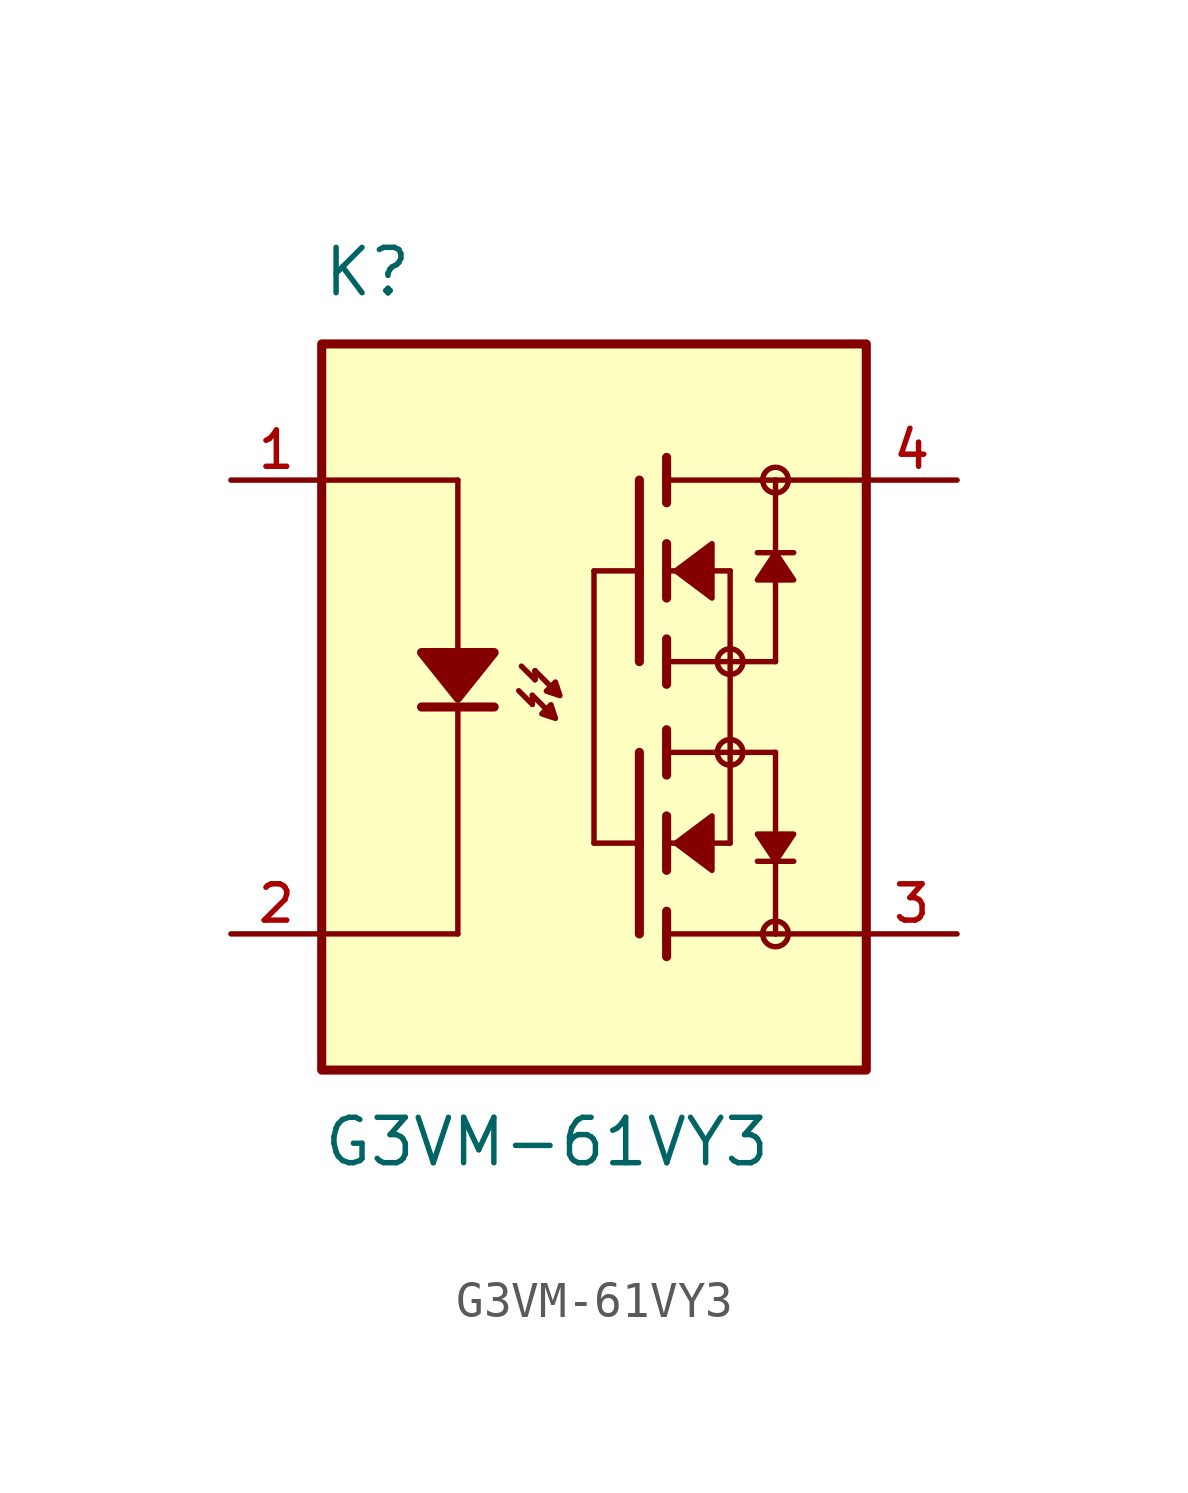
<source format=kicad_sym>
(kicad_symbol_lib
  (version 20231120)
  (generator "kicad_symbol_editor")
  (generator_version "8.0")
  (symbol "G3VM-61VY3"
    (pin_names
      (offset 1.016))
    (property "Reference" "K"
      (at -7.62 11.43 0)
      (effects (font (size 1.27 1.27)) (justify left bottom)))
    (property "Value" "G3VM-61VY3"
      (at -7.62 -11.43 0)
      (effects (font (size 1.27 1.27)) (justify left top)))
    (symbol "G3VM-61VY3_0_0"
      (rectangle (start -7.62 10.16) (end 7.62 -10.16) (stroke (width 0.254) (type default)) (fill (type background)))
      (polyline (pts (xy -7.62 6.35) (xy -3.81 6.35)) (stroke (width 0.152) (type default)) (fill (type none)))
      (polyline (pts (xy -4.826 0) (xy -3.81 0)) (stroke (width 0.254) (type default)) (fill (type none)))
      (polyline (pts (xy -3.81 -6.35) (xy -7.62 -6.35)) (stroke (width 0.152) (type default)) (fill (type none)))
      (polyline (pts (xy -3.81 0) (xy -3.81 -6.35)) (stroke (width 0.152) (type default)) (fill (type none)))
      (polyline (pts (xy -3.81 0) (xy -2.794 0)) (stroke (width 0.254) (type default)) (fill (type none)))
      (polyline (pts (xy -3.81 6.35) (xy -3.81 1.27)) (stroke (width 0.152) (type default)) (fill (type none)))
      (polyline (pts (xy -2.106 0.455) (xy -1.725 0.074)) (stroke (width 0.152) (type default)) (fill (type none)))
      (polyline (pts (xy -2.032 1.143) (xy -1.651 0.762)) (stroke (width 0.152) (type default)) (fill (type none)))
      (polyline (pts (xy -1.725 0.074) (xy -1.725 0.328)) (stroke (width 0.152) (type default)) (fill (type none)))
      (polyline (pts (xy -1.725 0.328) (xy -1.344 -0.053)) (stroke (width 0.152) (type default)) (fill (type none)))
      (polyline (pts (xy -1.651 0.762) (xy -1.651 1.016)) (stroke (width 0.152) (type default)) (fill (type none)))
      (polyline (pts (xy -1.651 1.016) (xy -1.27 0.635)) (stroke (width 0.152) (type default)) (fill (type none)))
      (polyline (pts (xy 0 -3.81) (xy 1.27 -3.81)) (stroke (width 0.152) (type default)) (fill (type none)))
      (polyline (pts (xy 0 3.81) (xy 0 -3.81)) (stroke (width 0.152) (type default)) (fill (type none)))
      (polyline (pts (xy 0 3.81) (xy 1.27 3.81)) (stroke (width 0.152) (type default)) (fill (type none)))
      (polyline (pts (xy 1.27 -6.35) (xy 1.27 -3.81)) (stroke (width 0.254) (type default)) (fill (type none)))
      (polyline (pts (xy 1.27 -3.81) (xy 1.27 -1.27)) (stroke (width 0.254) (type default)) (fill (type none)))
      (polyline (pts (xy 1.27 3.81) (xy 1.27 1.27)) (stroke (width 0.254) (type default)) (fill (type none)))
      (polyline (pts (xy 1.27 6.35) (xy 1.27 3.81)) (stroke (width 0.254) (type default)) (fill (type none)))
      (polyline (pts (xy 2.032 -6.985) (xy 2.032 -6.35)) (stroke (width 0.254) (type default)) (fill (type none)))
      (polyline (pts (xy 2.032 -6.35) (xy 2.032 -5.715)) (stroke (width 0.254) (type default)) (fill (type none)))
      (polyline (pts (xy 2.032 -6.35) (xy 5.08 -6.35)) (stroke (width 0.152) (type default)) (fill (type none)))
      (polyline (pts (xy 2.032 -4.572) (xy 2.032 -3.81)) (stroke (width 0.254) (type default)) (fill (type none)))
      (polyline (pts (xy 2.032 -3.81) (xy 2.032 -3.048)) (stroke (width 0.254) (type default)) (fill (type none)))
      (polyline (pts (xy 2.032 -3.81) (xy 3.81 -3.81)) (stroke (width 0.152) (type default)) (fill (type none)))
      (polyline (pts (xy 2.032 -1.905) (xy 2.032 -1.27)) (stroke (width 0.254) (type default)) (fill (type none)))
      (polyline (pts (xy 2.032 -1.27) (xy 2.032 -0.635)) (stroke (width 0.254) (type default)) (fill (type none)))
      (polyline (pts (xy 2.032 1.27) (xy 2.032 0.635)) (stroke (width 0.254) (type default)) (fill (type none)))
      (polyline (pts (xy 2.032 1.905) (xy 2.032 1.27)) (stroke (width 0.254) (type default)) (fill (type none)))
      (polyline (pts (xy 2.032 3.81) (xy 2.032 3.048)) (stroke (width 0.254) (type default)) (fill (type none)))
      (polyline (pts (xy 2.032 3.81) (xy 3.81 3.81)) (stroke (width 0.152) (type default)) (fill (type none)))
      (polyline (pts (xy 2.032 4.572) (xy 2.032 3.81)) (stroke (width 0.254) (type default)) (fill (type none)))
      (polyline (pts (xy 2.032 6.35) (xy 2.032 5.715)) (stroke (width 0.254) (type default)) (fill (type none)))
      (polyline (pts (xy 2.032 6.35) (xy 5.08 6.35)) (stroke (width 0.152) (type default)) (fill (type none)))
      (polyline (pts (xy 2.032 6.985) (xy 2.032 6.35)) (stroke (width 0.254) (type default)) (fill (type none)))
      (polyline (pts (xy 3.81 -3.81) (xy 3.81 -1.27)) (stroke (width 0.152) (type default)) (fill (type none)))
      (polyline (pts (xy 3.81 -1.27) (xy 2.032 -1.27)) (stroke (width 0.152) (type default)) (fill (type none)))
      (polyline (pts (xy 3.81 -1.27) (xy 3.81 1.27)) (stroke (width 0.152) (type default)) (fill (type none)))
      (polyline (pts (xy 3.81 -1.27) (xy 5.08 -1.27)) (stroke (width 0.152) (type default)) (fill (type none)))
      (polyline (pts (xy 3.81 1.27) (xy 2.032 1.27)) (stroke (width 0.152) (type default)) (fill (type none)))
      (polyline (pts (xy 3.81 1.27) (xy 5.08 1.27)) (stroke (width 0.152) (type default)) (fill (type none)))
      (polyline (pts (xy 3.81 3.81) (xy 3.81 1.27)) (stroke (width 0.152) (type default)) (fill (type none)))
      (polyline (pts (xy 5.08 -6.35) (xy 5.08 -4.318)) (stroke (width 0.152) (type default)) (fill (type none)))
      (polyline (pts (xy 5.08 -6.35) (xy 7.62 -6.35)) (stroke (width 0.152) (type default)) (fill (type none)))
      (polyline (pts (xy 5.08 -4.318) (xy 4.572 -4.318)) (stroke (width 0.152) (type default)) (fill (type none)))
      (polyline (pts (xy 5.08 -4.318) (xy 5.08 -1.27)) (stroke (width 0.152) (type default)) (fill (type none)))
      (polyline (pts (xy 5.08 4.318) (xy 4.572 4.318)) (stroke (width 0.152) (type default)) (fill (type none)))
      (polyline (pts (xy 5.08 4.318) (xy 5.08 1.27)) (stroke (width 0.152) (type default)) (fill (type none)))
      (polyline (pts (xy 5.08 6.35) (xy 5.08 4.318)) (stroke (width 0.152) (type default)) (fill (type none)))
      (polyline (pts (xy 5.08 6.35) (xy 7.62 6.35)) (stroke (width 0.152) (type default)) (fill (type none)))
      (polyline (pts (xy 5.588 -4.318) (xy 5.08 -4.318)) (stroke (width 0.152) (type default)) (fill (type none)))
      (polyline (pts (xy 5.588 4.318) (xy 5.08 4.318)) (stroke (width 0.152) (type default)) (fill (type none)))
      (polyline (pts (xy -3.81 0.254) (xy -2.794 1.524) (xy -4.826 1.524) (xy -3.81 0.254)) (stroke (width 0.254) (type default)) (fill (type outline)))
      (polyline (pts (xy -1.46 -0.191) (xy -1.206 0.064) (xy -1.079 -0.318) (xy -1.46 -0.191)) (stroke (width 0.152) (type default)) (fill (type outline)))
      (polyline (pts (xy -1.333 0.445) (xy -1.079 0.699) (xy -0.953 0.318) (xy -1.333 0.445)) (stroke (width 0.152) (type default)) (fill (type outline)))
      (polyline (pts (xy 2.286 -3.81) (xy 3.302 -4.572) (xy 3.302 -3.048) (xy 2.286 -3.81)) (stroke (width 0.152) (type default)) (fill (type outline)))
      (polyline (pts (xy 2.286 3.81) (xy 3.302 4.572) (xy 3.302 3.048) (xy 2.286 3.81)) (stroke (width 0.152) (type default)) (fill (type outline)))
      (polyline (pts (xy 5.08 -4.318) (xy 4.572 -3.556) (xy 5.588 -3.556) (xy 5.08 -4.318)) (stroke (width 0.152) (type default)) (fill (type outline)))
      (polyline (pts (xy 5.08 4.318) (xy 4.572 3.556) (xy 5.588 3.556) (xy 5.08 4.318)) (stroke (width 0.152) (type default)) (fill (type outline)))
      (circle (center 3.81 -1.27) (radius 0.359) (stroke (width 0) (type default)) (fill (type none)))
      (circle (center 3.81 1.27) (radius 0.359) (stroke (width 0) (type default)) (fill (type none)))
      (circle (center 5.08 -6.35) (radius 0.359) (stroke (width 0) (type default)) (fill (type none)))
      (circle (center 5.08 6.35) (radius 0.359) (stroke (width 0) (type default)) (fill (type none)))
      (pin passive line (at -10.16 6.35 0) (length 2.54) (name "~" (effects (font (size 1.016 1.016)))) (number "1" (effects (font (size 1.016 1.016)))))
      (pin passive line (at -10.16 -6.35 0) (length 2.54) (name "~" (effects (font (size 1.016 1.016)))) (number "2" (effects (font (size 1.016 1.016)))))
      (pin passive line (at 10.16 -6.35 180) (length 2.54) (name "~" (effects (font (size 1.016 1.016)))) (number "3" (effects (font (size 1.016 1.016)))))
      (pin passive line (at 10.16 6.35 180) (length 2.54) (name "~" (effects (font (size 1.016 1.016)))) (number "4" (effects (font (size 1.016 1.016))))))))
</source>
